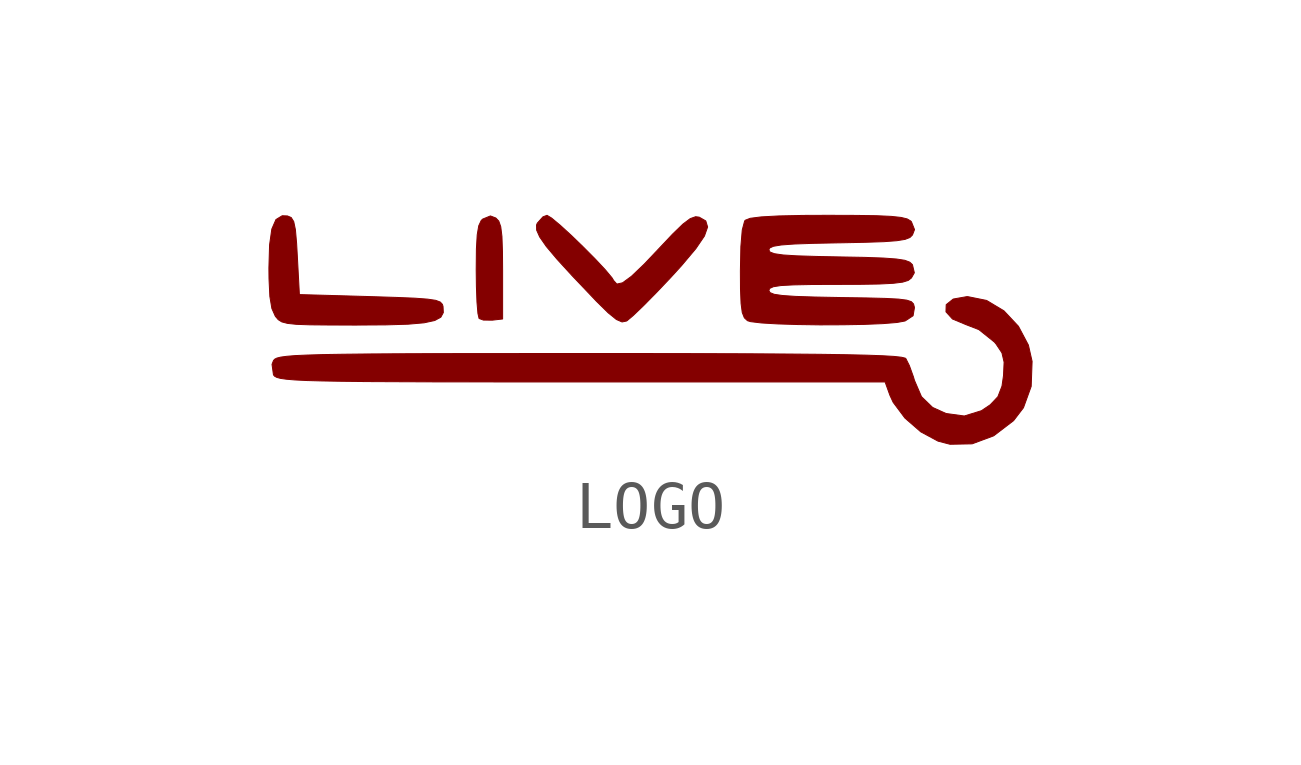
<source format=kicad_sym>
(kicad_symbol_lib
  (version 20220914)
  (generator "bitmap2component")
  (generator_version "8.0")
  (symbol "LOGO"
    (pin_names
      (offset 1.016))
    (property "Reference" "#G"
      (at 0 7.832 0)
      (effects (font (size 1.27 1.27)) hide))
    (symbol "LOGO_0_0"
      (polyline (pts (xy 6.859 -3.236) (xy 7.308 -3.069) (xy 7.723 -2.752) (xy 7.928 -2.484) (xy 8.089 -2.039) (xy 8.108 -1.518) (xy 8.031 -1.179) (xy 7.823 -0.787) (xy 7.522 -0.466) (xy 7.16 -0.249) (xy 6.769 -0.17) (xy 6.748 -0.17) (xy 6.465 -0.22) (xy 6.319 -0.337) (xy 6.314 -0.486) (xy 6.45 -0.636) (xy 6.731 -0.753) (xy 7 -0.857) (xy 7.324 -1.117) (xy 7.356 -1.155) (xy 7.48 -1.341) (xy 7.525 -1.534) (xy 7.513 -1.812) (xy 7.481 -2.034) (xy 7.396 -2.254) (xy 7.237 -2.422) (xy 7.053 -2.546) (xy 6.696 -2.656) (xy 6.315 -2.604) (xy 6.036 -2.478) (xy 5.804 -2.254) (xy 5.657 -1.912) (xy 5.635 -1.837) (xy 5.551 -1.605) (xy 5.478 -1.46) (xy 5.465 -1.451) (xy 5.386 -1.432) (xy 5.232 -1.415) (xy 4.992 -1.401) (xy 4.659 -1.389) (xy 4.221 -1.379) (xy 3.671 -1.371) (xy 2.998 -1.365) (xy 2.193 -1.36) (xy 1.247 -1.357) (xy 0.15 -1.355) (xy -1.107 -1.355) (xy -1.265 -1.355) (xy -2.451 -1.355) (xy -3.481 -1.356) (xy -4.365 -1.357) (xy -5.115 -1.36) (xy -5.741 -1.364) (xy -6.256 -1.37) (xy -6.67 -1.377) (xy -6.995 -1.387) (xy -7.242 -1.398) (xy -7.421 -1.413) (xy -7.545 -1.43) (xy -7.624 -1.45) (xy -7.67 -1.474) (xy -7.693 -1.501) (xy -7.724 -1.58) (xy -7.694 -1.797) (xy -7.693 -1.8) (xy -7.669 -1.828) (xy -7.624 -1.852) (xy -7.546 -1.873) (xy -7.424 -1.89) (xy -7.247 -1.905) (xy -7.004 -1.917) (xy -6.682 -1.926) (xy -6.271 -1.933) (xy -5.758 -1.939) (xy -5.134 -1.942) (xy -4.386 -1.945) (xy -3.502 -1.946) (xy -2.472 -1.947) (xy -1.284 -1.947) (xy 5.046 -1.947) (xy 5.147 -2.226) (xy 5.214 -2.371) (xy 5.459 -2.699) (xy 5.789 -2.986) (xy 6.149 -3.18) (xy 6.399 -3.245) (xy 6.859 -3.236)) (stroke (width 0.01) (type default)) (fill (type outline)))
      (polyline (pts (xy -5.357 -0.758) (xy -4.891 -0.744) (xy -4.557 -0.715) (xy -4.335 -0.667) (xy -4.208 -0.598) (xy -4.156 -0.502) (xy -4.162 -0.375) (xy -4.175 -0.331) (xy -4.219 -0.283) (xy -4.314 -0.247) (xy -4.483 -0.222) (xy -4.75 -0.202) (xy -5.139 -0.186) (xy -5.674 -0.169) (xy -7.154 -0.127) (xy -7.197 0.676) (xy -7.212 0.94) (xy -7.237 1.225) (xy -7.272 1.393) (xy -7.325 1.478) (xy -7.403 1.511) (xy -7.512 1.515) (xy -7.642 1.436) (xy -7.728 1.239) (xy -7.775 0.908) (xy -7.789 0.426) (xy -7.787 0.209) (xy -7.769 -0.166) (xy -7.727 -0.417) (xy -7.657 -0.574) (xy -7.648 -0.587) (xy -7.594 -0.65) (xy -7.52 -0.696) (xy -7.402 -0.727) (xy -7.213 -0.747) (xy -6.93 -0.757) (xy -6.527 -0.761) (xy -5.98 -0.762) (xy -5.973 -0.762) (xy -5.357 -0.758)) (stroke (width 0.01) (type default)) (fill (type outline)))
      (polyline (pts (xy -0.34 -0.678) (xy -0.327 -0.67) (xy -0.197 -0.56) (xy 0.016 -0.356) (xy 0.284 -0.084) (xy 0.583 0.231) (xy 0.807 0.477) (xy 1.104 0.83) (xy 1.283 1.093) (xy 1.349 1.281) (xy 1.311 1.407) (xy 1.173 1.486) (xy 1.099 1.495) (xy 0.987 1.455) (xy 0.835 1.341) (xy 0.62 1.133) (xy 0.319 0.814) (xy 0.028 0.507) (xy -0.237 0.254) (xy -0.423 0.118) (xy -0.542 0.092) (xy -0.607 0.164) (xy -0.642 0.222) (xy -0.778 0.385) (xy -0.985 0.607) (xy -1.232 0.856) (xy -1.487 1.103) (xy -1.721 1.317) (xy -1.901 1.467) (xy -1.996 1.524) (xy -2.081 1.492) (xy -2.199 1.36) (xy -2.214 1.322) (xy -2.212 1.216) (xy -2.149 1.074) (xy -2.013 0.878) (xy -1.79 0.613) (xy -1.47 0.263) (xy -1.04 -0.189) (xy -0.97 -0.263) (xy -0.722 -0.507) (xy -0.551 -0.646) (xy -0.433 -0.697) (xy -0.34 -0.678)) (stroke (width 0.01) (type default)) (fill (type outline)))
      (polyline (pts (xy 4.162 -0.756) (xy 4.61 -0.748) (xy 4.999 -0.732) (xy 5.294 -0.708) (xy 5.461 -0.677) (xy 5.464 -0.676) (xy 5.629 -0.568) (xy 5.657 -0.402) (xy 5.655 -0.386) (xy 5.638 -0.322) (xy 5.593 -0.275) (xy 5.497 -0.243) (xy 5.326 -0.221) (xy 5.056 -0.207) (xy 4.665 -0.197) (xy 4.128 -0.189) (xy 3.581 -0.178) (xy 3.18 -0.165) (xy 2.905 -0.146) (xy 2.735 -0.121) (xy 2.649 -0.086) (xy 2.625 -0.04) (xy 2.643 0.002) (xy 2.719 0.037) (xy 2.876 0.061) (xy 3.136 0.075) (xy 3.521 0.083) (xy 4.054 0.085) (xy 4.505 0.086) (xy 4.923 0.093) (xy 5.217 0.108) (xy 5.411 0.132) (xy 5.528 0.168) (xy 5.594 0.219) (xy 5.655 0.327) (xy 5.616 0.494) (xy 5.615 0.496) (xy 5.56 0.548) (xy 5.457 0.587) (xy 5.281 0.614) (xy 5.008 0.634) (xy 4.615 0.648) (xy 4.076 0.658) (xy 3.627 0.667) (xy 3.209 0.68) (xy 2.921 0.698) (xy 2.742 0.724) (xy 2.65 0.758) (xy 2.625 0.804) (xy 2.641 0.843) (xy 2.719 0.879) (xy 2.879 0.906) (xy 3.145 0.926) (xy 3.537 0.94) (xy 4.076 0.951) (xy 4.099 0.951) (xy 4.632 0.962) (xy 5.02 0.975) (xy 5.289 0.995) (xy 5.462 1.023) (xy 5.563 1.062) (xy 5.616 1.115) (xy 5.659 1.227) (xy 5.594 1.39) (xy 5.58 1.405) (xy 5.506 1.449) (xy 5.378 1.48) (xy 5.172 1.502) (xy 4.866 1.516) (xy 4.436 1.522) (xy 3.859 1.524) (xy 3.342 1.522) (xy 2.83 1.511) (xy 2.465 1.491) (xy 2.237 1.462) (xy 2.134 1.422) (xy 2.12 1.404) (xy 2.071 1.22) (xy 2.042 0.874) (xy 2.032 0.368) (xy 2.034 -0.011) (xy 2.046 -0.312) (xy 2.071 -0.501) (xy 2.115 -0.611) (xy 2.18 -0.671) (xy 2.246 -0.691) (xy 2.471 -0.718) (xy 2.81 -0.738) (xy 3.227 -0.751) (xy 3.69 -0.758) (xy 4.162 -0.756)) (stroke (width 0.01) (type default)) (fill (type outline)))
      (polyline (pts (xy -2.921 -0.635) (xy -2.921 0.372) (xy -2.924 0.771) (xy -2.935 1.085) (xy -2.96 1.287) (xy -3.001 1.404) (xy -3.062 1.468) (xy -3.175 1.511) (xy -3.337 1.445) (xy -3.367 1.415) (xy -3.418 1.306) (xy -3.45 1.118) (xy -3.467 0.821) (xy -3.471 0.385) (xy -3.467 0.049) (xy -3.455 -0.284) (xy -3.435 -0.52) (xy -3.411 -0.625) (xy -3.321 -0.658) (xy -3.136 -0.66) (xy -2.921 -0.635)) (stroke (width 0.01) (type default)) (fill (type outline))))))
</source>
